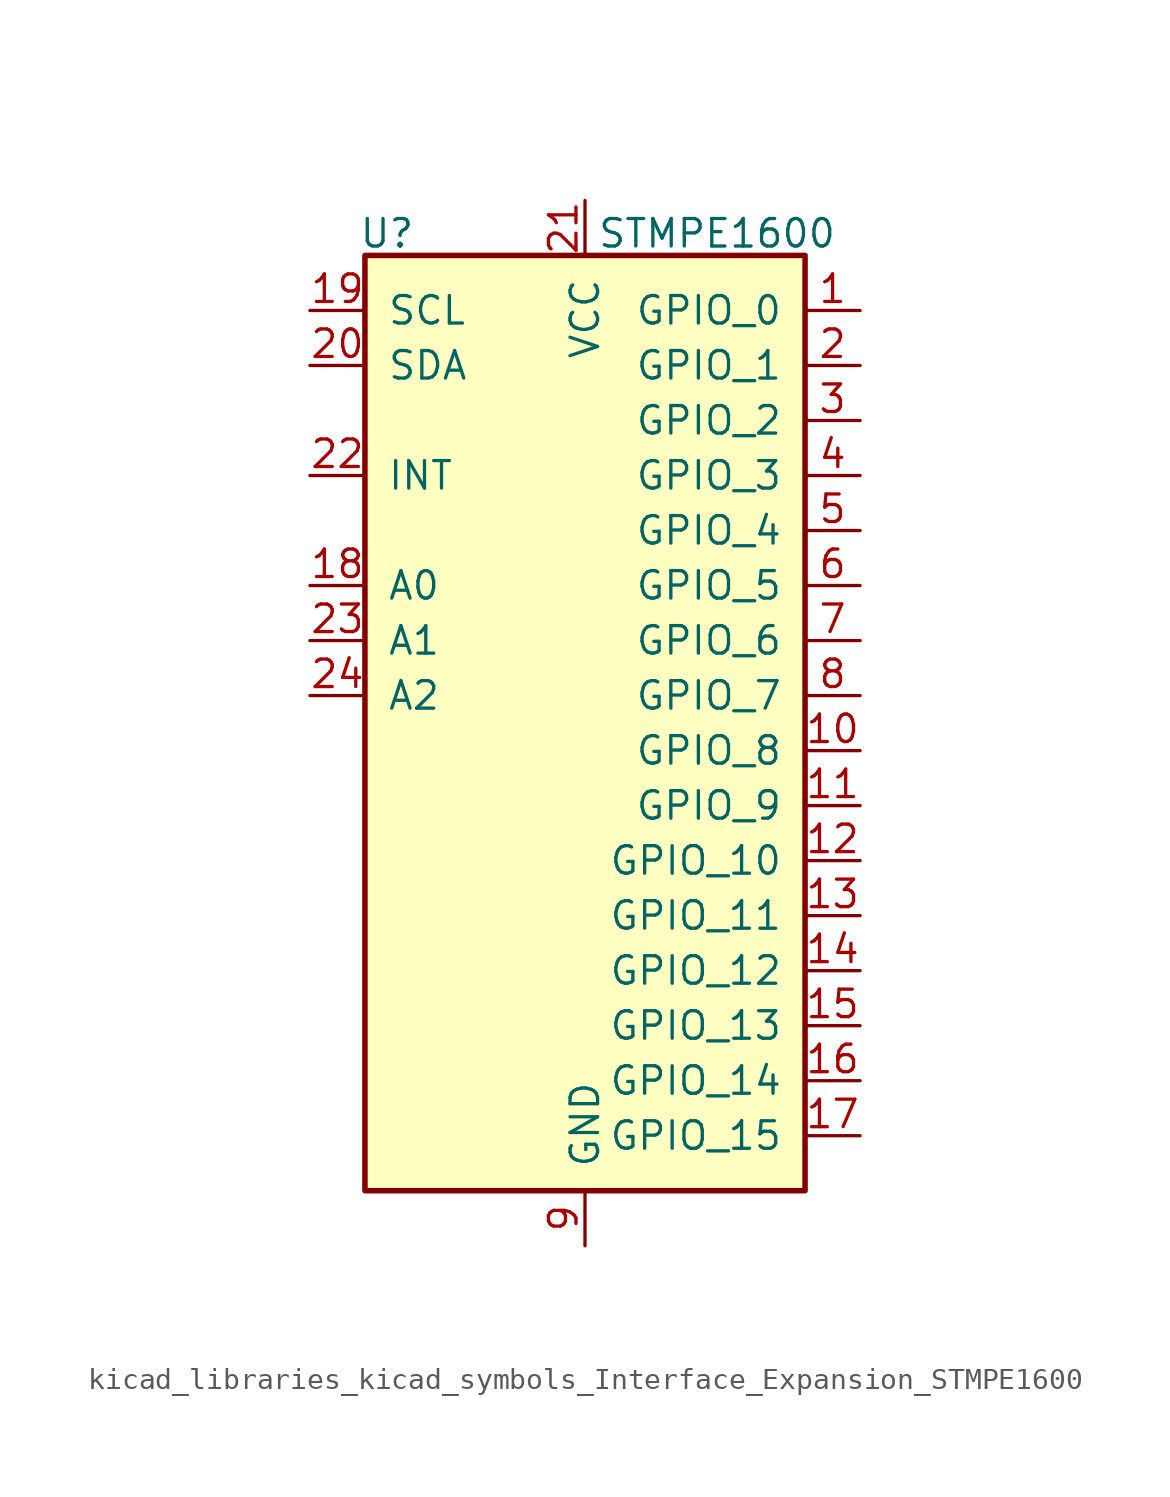
<source format=kicad_sym>
(kicad_symbol_lib
  (version 20220914)
  (generator kicad_symbol_editor)
  (symbol "kicad_libraries_kicad_symbols_Interface_Expansion_STMPE1600"
    (pin_names
      (offset 1.016))
    (property "Reference" "U"
      (at -9.144 21.336 0)
      (effects (font (size 1.27 1.27))))
    (property "Value" "STMPE1600"
      (at 6.096 21.336 0)
      (effects (font (size 1.27 1.27))))
    (symbol "kicad_libraries_kicad_symbols_Interface_Expansion_STMPE1600_0_1"
      (rectangle (start -10.16 20.32) (end 10.16 -22.86) (stroke (width 0.254) (type default)) (fill (type background))))
    (symbol "kicad_libraries_kicad_symbols_Interface_Expansion_STMPE1600_1_1"
      (pin bidirectional line (at 12.7 17.78 180) (length 2.54) (name "GPIO_0" (effects (font (size 1.27 1.27)))) (number "1" (effects (font (size 1.27 1.27)))))
      (pin bidirectional line (at 12.7 -2.54 180) (length 2.54) (name "GPIO_8" (effects (font (size 1.27 1.27)))) (number "10" (effects (font (size 1.27 1.27)))))
      (pin bidirectional line (at 12.7 -5.08 180) (length 2.54) (name "GPIO_9" (effects (font (size 1.27 1.27)))) (number "11" (effects (font (size 1.27 1.27)))))
      (pin bidirectional line (at 12.7 -7.62 180) (length 2.54) (name "GPIO_10" (effects (font (size 1.27 1.27)))) (number "12" (effects (font (size 1.27 1.27)))))
      (pin bidirectional line (at 12.7 -10.16 180) (length 2.54) (name "GPIO_11" (effects (font (size 1.27 1.27)))) (number "13" (effects (font (size 1.27 1.27)))))
      (pin bidirectional line (at 12.7 -12.7 180) (length 2.54) (name "GPIO_12" (effects (font (size 1.27 1.27)))) (number "14" (effects (font (size 1.27 1.27)))))
      (pin bidirectional line (at 12.7 -15.24 180) (length 2.54) (name "GPIO_13" (effects (font (size 1.27 1.27)))) (number "15" (effects (font (size 1.27 1.27)))))
      (pin bidirectional line (at 12.7 -17.78 180) (length 2.54) (name "GPIO_14" (effects (font (size 1.27 1.27)))) (number "16" (effects (font (size 1.27 1.27)))))
      (pin bidirectional line (at 12.7 -20.32 180) (length 2.54) (name "GPIO_15" (effects (font (size 1.27 1.27)))) (number "17" (effects (font (size 1.27 1.27)))))
      (pin input line (at -12.7 5.08 0) (length 2.54) (name "A0" (effects (font (size 1.27 1.27)))) (number "18" (effects (font (size 1.27 1.27)))))
      (pin input line (at -12.7 17.78 0) (length 2.54) (name "SCL" (effects (font (size 1.27 1.27)))) (number "19" (effects (font (size 1.27 1.27)))))
      (pin bidirectional line (at 12.7 15.24 180) (length 2.54) (name "GPIO_1" (effects (font (size 1.27 1.27)))) (number "2" (effects (font (size 1.27 1.27)))))
      (pin bidirectional line (at -12.7 15.24 0) (length 2.54) (name "SDA" (effects (font (size 1.27 1.27)))) (number "20" (effects (font (size 1.27 1.27)))))
      (pin power_in line (at 0 22.86 270) (length 2.54) (name "VCC" (effects (font (size 1.27 1.27)))) (number "21" (effects (font (size 1.27 1.27)))))
      (pin output line (at -12.7 10.16 0) (length 2.54) (name "INT" (effects (font (size 1.27 1.27)))) (number "22" (effects (font (size 1.27 1.27)))))
      (pin input line (at -12.7 2.54 0) (length 2.54) (name "A1" (effects (font (size 1.27 1.27)))) (number "23" (effects (font (size 1.27 1.27)))))
      (pin input line (at -12.7 0 0) (length 2.54) (name "A2" (effects (font (size 1.27 1.27)))) (number "24" (effects (font (size 1.27 1.27)))))
      (pin bidirectional line (at 12.7 12.7 180) (length 2.54) (name "GPIO_2" (effects (font (size 1.27 1.27)))) (number "3" (effects (font (size 1.27 1.27)))))
      (pin bidirectional line (at 12.7 10.16 180) (length 2.54) (name "GPIO_3" (effects (font (size 1.27 1.27)))) (number "4" (effects (font (size 1.27 1.27)))))
      (pin bidirectional line (at 12.7 7.62 180) (length 2.54) (name "GPIO_4" (effects (font (size 1.27 1.27)))) (number "5" (effects (font (size 1.27 1.27)))))
      (pin bidirectional line (at 12.7 5.08 180) (length 2.54) (name "GPIO_5" (effects (font (size 1.27 1.27)))) (number "6" (effects (font (size 1.27 1.27)))))
      (pin bidirectional line (at 12.7 2.54 180) (length 2.54) (name "GPIO_6" (effects (font (size 1.27 1.27)))) (number "7" (effects (font (size 1.27 1.27)))))
      (pin bidirectional line (at 12.7 0 180) (length 2.54) (name "GPIO_7" (effects (font (size 1.27 1.27)))) (number "8" (effects (font (size 1.27 1.27)))))
      (pin power_in line (at 0 -25.4 90) (length 2.54) (name "GND" (effects (font (size 1.27 1.27)))) (number "9" (effects (font (size 1.27 1.27))))))))
</source>
